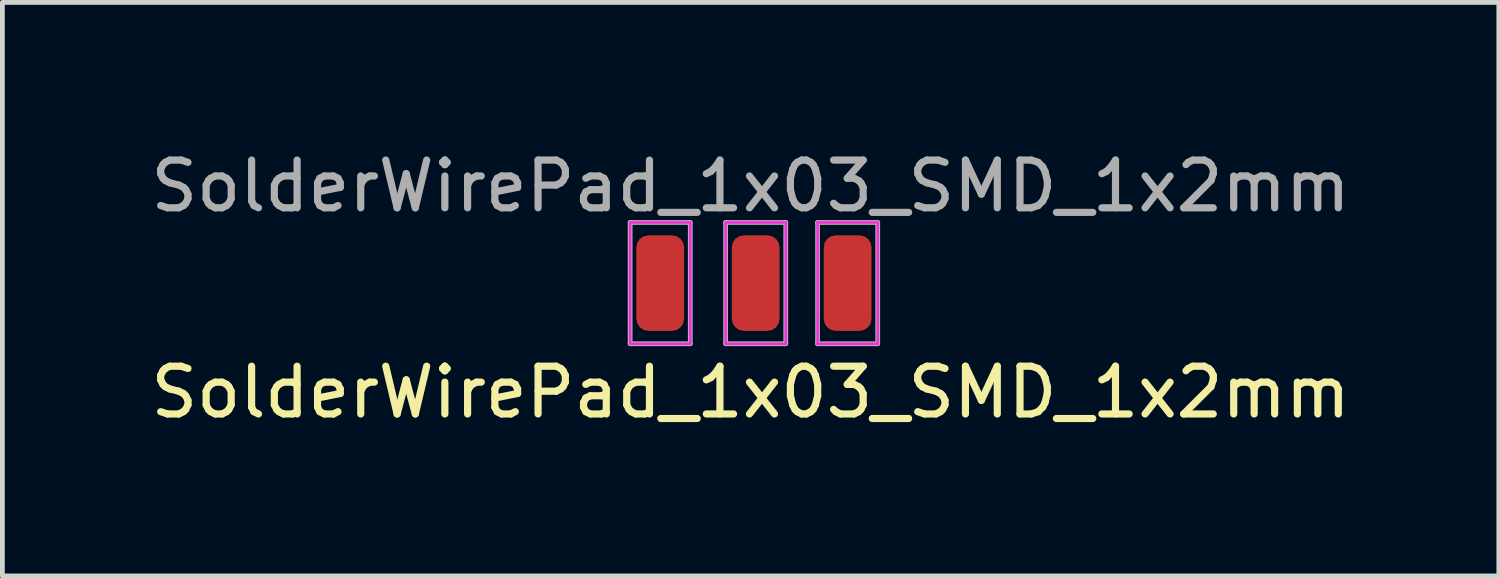
<source format=kicad_pcb>
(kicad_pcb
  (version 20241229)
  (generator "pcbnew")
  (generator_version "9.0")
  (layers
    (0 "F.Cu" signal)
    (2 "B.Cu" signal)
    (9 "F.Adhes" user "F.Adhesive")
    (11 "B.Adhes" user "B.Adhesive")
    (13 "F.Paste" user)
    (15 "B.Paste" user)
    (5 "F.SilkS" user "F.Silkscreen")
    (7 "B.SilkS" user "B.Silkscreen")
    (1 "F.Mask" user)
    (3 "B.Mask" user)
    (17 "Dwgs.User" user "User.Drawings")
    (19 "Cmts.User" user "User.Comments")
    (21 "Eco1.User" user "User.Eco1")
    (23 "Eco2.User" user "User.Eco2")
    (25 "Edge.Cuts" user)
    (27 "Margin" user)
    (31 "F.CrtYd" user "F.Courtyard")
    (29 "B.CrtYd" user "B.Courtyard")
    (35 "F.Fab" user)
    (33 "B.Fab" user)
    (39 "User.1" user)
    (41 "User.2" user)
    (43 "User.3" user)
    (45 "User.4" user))
  (footprint "SolderWirePad_1x03_SMD_1x2mm"
    (layer "F.Cu")
    (at 12.673 2.88)
    (property "Reference" "SolderWirePad_1x03_SMD_1x2mm" (at 0 2.286 180) (layer "F.SilkS") (effects (font (size 1 1) (thickness 0.15))))
    (attr exclude_from_pos_files)
    (fp_line (start -2.524 -1.27) (end -2.524 1.27) (stroke (width 0.05) (type solid)) (layer "F.CrtYd"))
    (fp_line (start -2.524 1.27) (end -1.264 1.27) (stroke (width 0.05) (type solid)) (layer "F.CrtYd"))
    (fp_line (start -1.264 -1.27) (end -2.524 -1.27) (stroke (width 0.05) (type solid)) (layer "F.CrtYd"))
    (fp_line (start -1.264 1.27) (end -1.264 -1.27) (stroke (width 0.05) (type solid)) (layer "F.CrtYd"))
    (fp_line (start -0.524 -1.27) (end -0.524 1.27) (stroke (width 0.05) (type solid)) (layer "F.CrtYd"))
    (fp_line (start -0.524 1.27) (end 0.736 1.27) (stroke (width 0.05) (type solid)) (layer "F.CrtYd"))
    (fp_line (start 0.736 -1.27) (end -0.524 -1.27) (stroke (width 0.05) (type solid)) (layer "F.CrtYd"))
    (fp_line (start 0.736 1.27) (end 0.736 -1.27) (stroke (width 0.05) (type solid)) (layer "F.CrtYd"))
    (fp_line (start 1.402 -1.27) (end 1.402 1.27) (stroke (width 0.05) (type solid)) (layer "F.CrtYd"))
    (fp_line (start 1.402 1.27) (end 2.662 1.27) (stroke (width 0.05) (type solid)) (layer "F.CrtYd"))
    (fp_line (start 2.662 -1.27) (end 1.402 -1.27) (stroke (width 0.05) (type solid)) (layer "F.CrtYd"))
    (fp_line (start 2.662 1.27) (end 2.662 -1.27) (stroke (width 0.05) (type solid)) (layer "F.CrtYd"))
    (fp_line (start -2.524 -1.27) (end -1.264 -1.27) (stroke (width 0.1) (type solid)) (layer "F.Fab"))
    (fp_line (start -2.524 1.27) (end -2.524 -1.27) (stroke (width 0.1) (type solid)) (layer "F.Fab"))
    (fp_line (start -1.264 -1.27) (end -1.264 1.27) (stroke (width 0.1) (type solid)) (layer "F.Fab"))
    (fp_line (start -1.264 1.27) (end -2.524 1.27) (stroke (width 0.1) (type solid)) (layer "F.Fab"))
    (fp_line (start -0.524 -1.27) (end 0.736 -1.27) (stroke (width 0.1) (type solid)) (layer "F.Fab"))
    (fp_line (start -0.524 1.27) (end -0.524 -1.27) (stroke (width 0.1) (type solid)) (layer "F.Fab"))
    (fp_line (start 0.736 -1.27) (end 0.736 1.27) (stroke (width 0.1) (type solid)) (layer "F.Fab"))
    (fp_line (start 0.736 1.27) (end -0.524 1.27) (stroke (width 0.1) (type solid)) (layer "F.Fab"))
    (fp_line (start 1.402 -1.27) (end 2.662 -1.27) (stroke (width 0.1) (type solid)) (layer "F.Fab"))
    (fp_line (start 1.402 1.27) (end 1.402 -1.27) (stroke (width 0.1) (type solid)) (layer "F.Fab"))
    (fp_line (start 2.662 -1.27) (end 2.662 1.27) (stroke (width 0.1) (type solid)) (layer "F.Fab"))
    (fp_line (start 2.662 1.27) (end 1.402 1.27) (stroke (width 0.1) (type solid)) (layer "F.Fab"))
    (fp_text user "${REFERENCE}" (at 0 -2.032 180) (layer "F.Fab") (effects (font (size 1 1) (thickness 0.15))))
    (pad "1" smd roundrect (at -1.894 0) (size 1 2) (layers "F.Cu" "F.Mask" "F.Paste") (roundrect_rratio 0.25))
    (pad "2" smd roundrect (at 0.106 0) (size 1 2) (layers "F.Cu" "F.Mask" "F.Paste") (roundrect_rratio 0.25))
    (pad "3" smd roundrect (at 2.032 0) (size 1 2) (layers "F.Cu" "F.Mask" "F.Paste") (roundrect_rratio 0.25)))
  (gr_rect
    (start -3 -3)
    (end 28.345 9.014)
    (stroke (width 0.1) (type default))
    (fill no)
    (layer "Edge.Cuts")))
</source>
